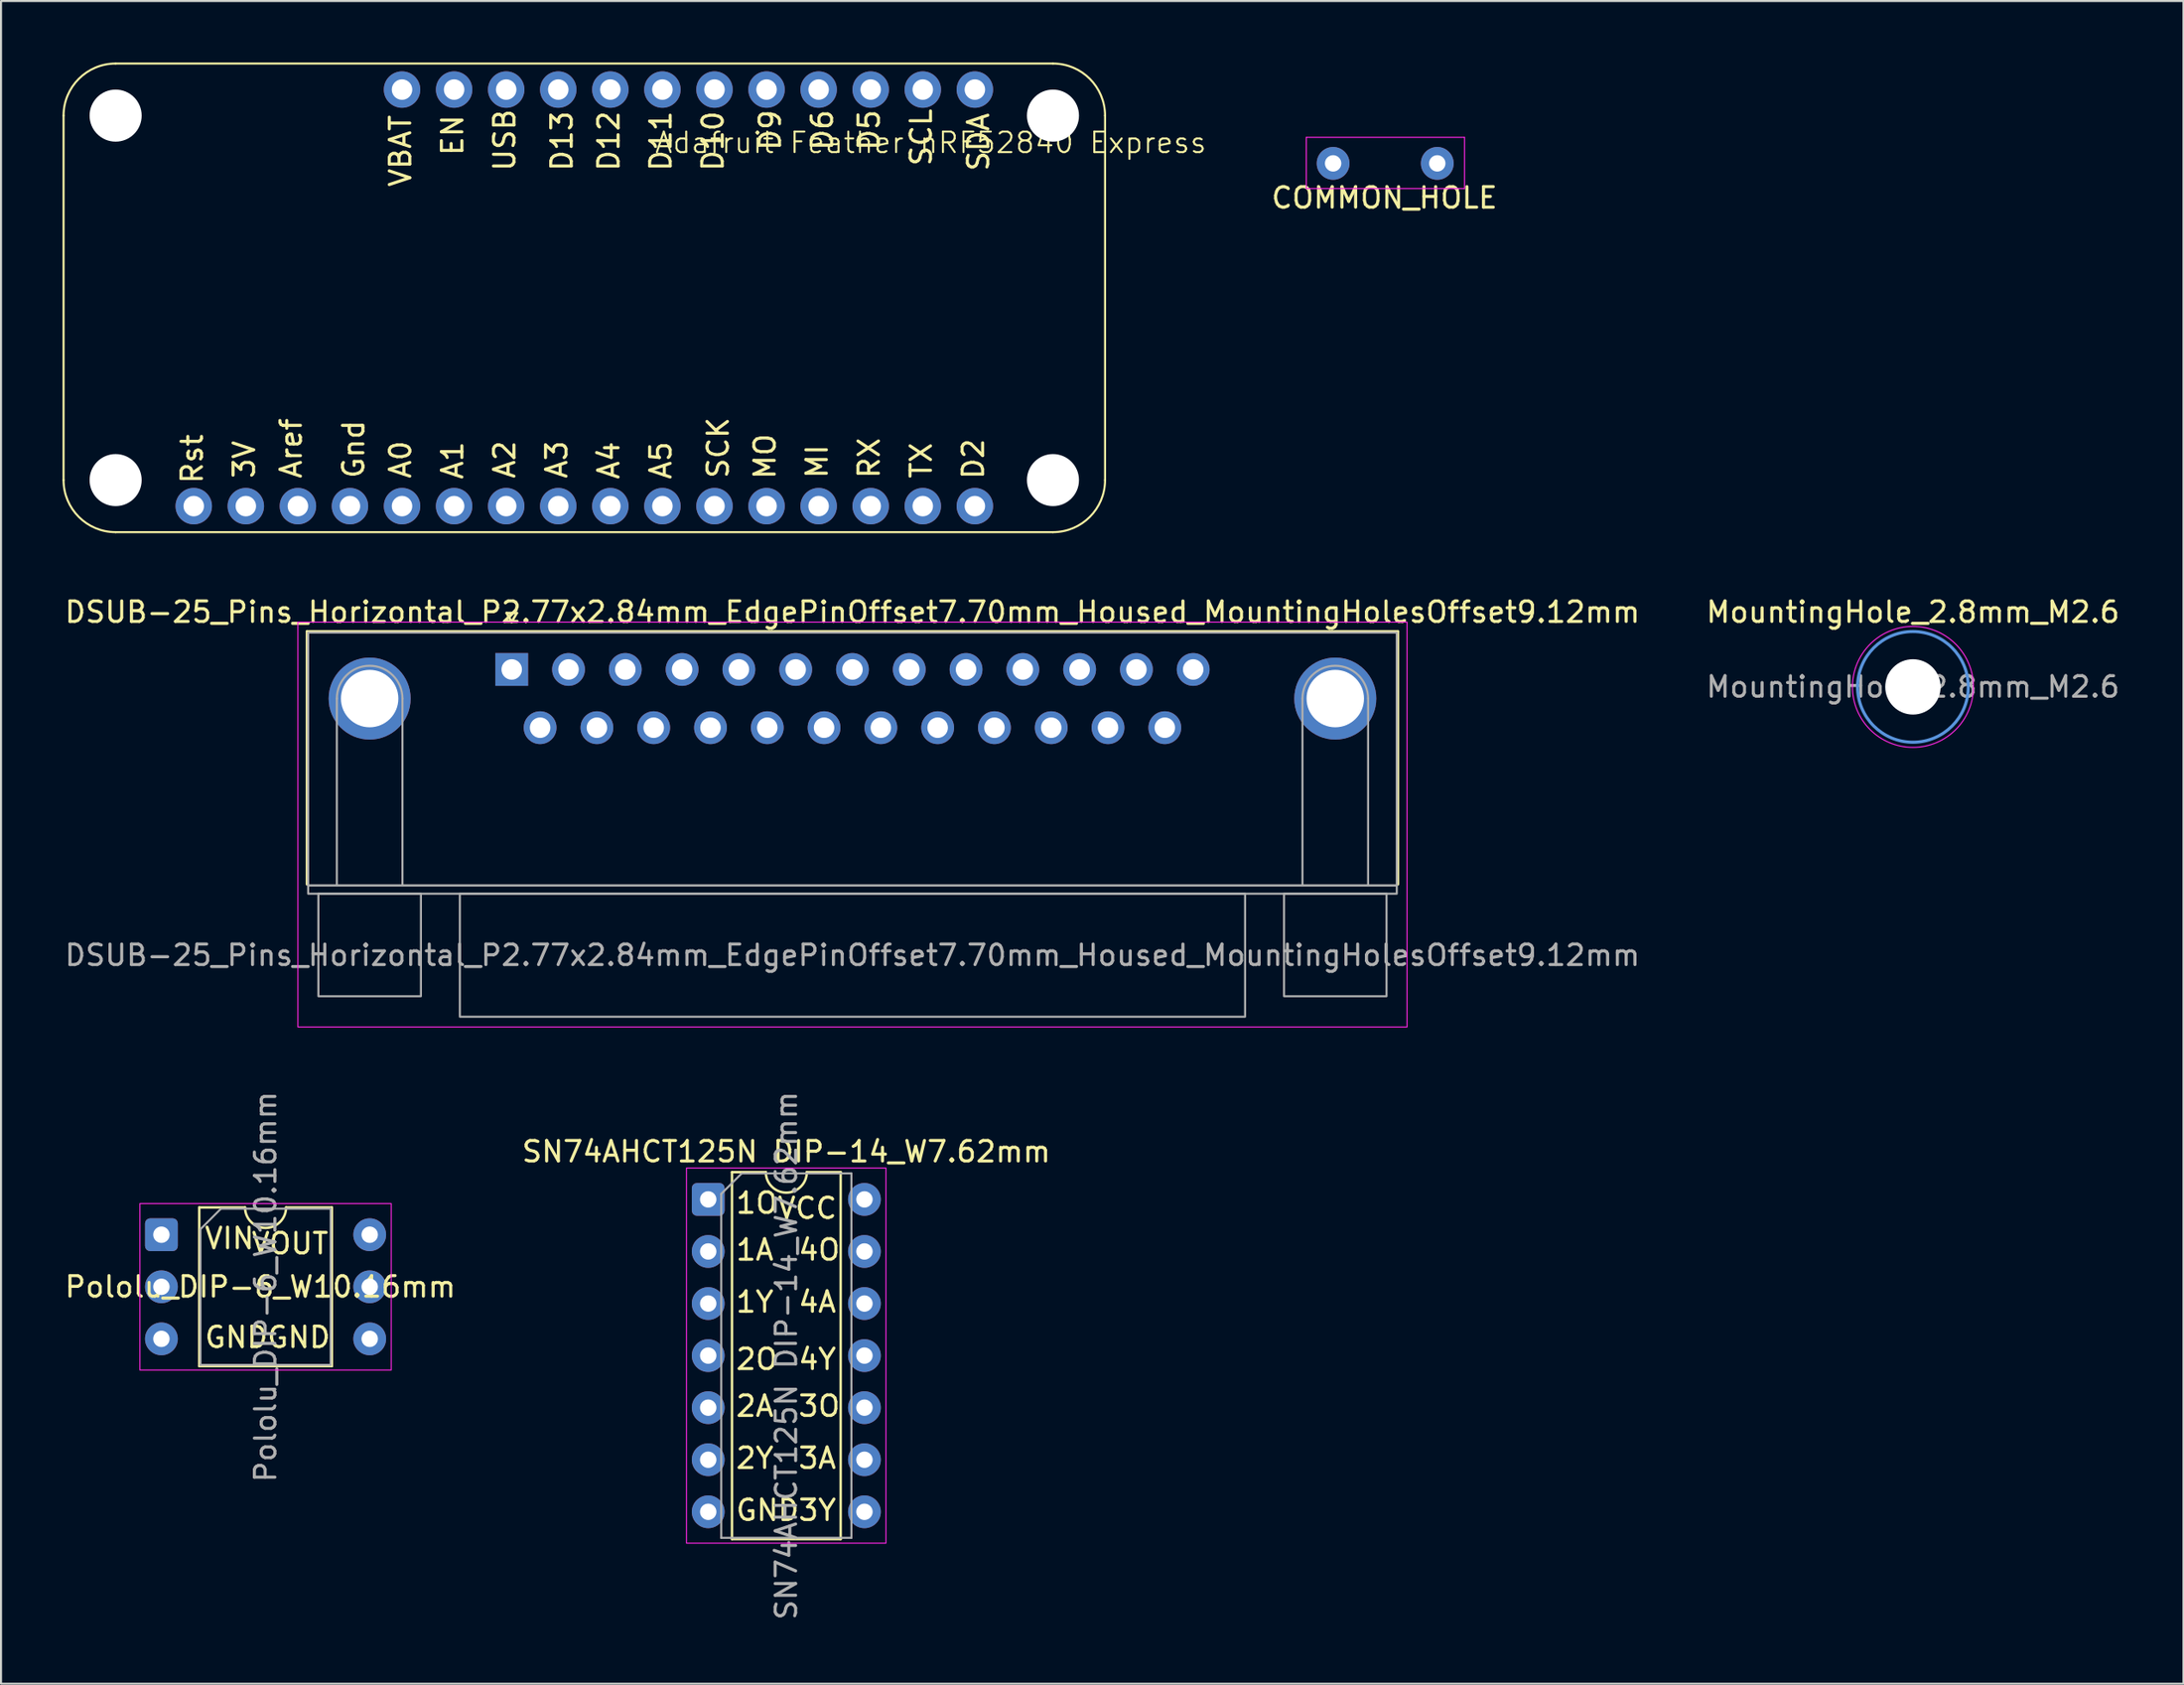
<source format=kicad_pcb>
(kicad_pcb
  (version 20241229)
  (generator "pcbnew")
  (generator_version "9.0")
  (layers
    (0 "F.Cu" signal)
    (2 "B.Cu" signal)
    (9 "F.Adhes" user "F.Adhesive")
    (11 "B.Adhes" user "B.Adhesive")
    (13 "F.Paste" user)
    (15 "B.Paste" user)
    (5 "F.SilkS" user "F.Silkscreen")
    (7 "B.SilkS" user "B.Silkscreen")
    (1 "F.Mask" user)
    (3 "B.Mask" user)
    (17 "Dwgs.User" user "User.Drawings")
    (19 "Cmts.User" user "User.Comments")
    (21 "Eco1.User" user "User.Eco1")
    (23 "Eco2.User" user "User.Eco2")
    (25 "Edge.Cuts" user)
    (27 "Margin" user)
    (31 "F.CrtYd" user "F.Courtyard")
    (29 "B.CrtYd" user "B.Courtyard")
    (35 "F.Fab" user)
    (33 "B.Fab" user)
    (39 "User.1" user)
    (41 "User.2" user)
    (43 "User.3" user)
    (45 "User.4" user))
  (footprint "MountingHole_2.8mm_M2.6"
    (layer "F.Cu")
    (at 90.256 30.458)
    (property "Reference" "MountingHole_2.8mm_M2.6" (at 0 -3.65 0) (layer "F.SilkS") (effects (font (size 1 1) (thickness 0.15))))
    (attr exclude_from_pos_files exclude_from_bom)
    (fp_circle (center 0 0) (end 2.7 0) (stroke (width 0.15) (type solid)) (fill no) (layer "Cmts.User"))
    (fp_circle (center 0 0) (end 2.95 0) (stroke (width 0.05) (type solid)) (fill no) (layer "F.CrtYd"))
    (fp_text user "${REFERENCE}" (at 0 0 0) (layer "F.Fab") (effects (font (size 1 1) (thickness 0.15))))
    (pad "" np_thru_hole circle (at 0 0) (size 2.7 2.7) (drill 2.8) (layers "*.Cu" "*.Mask")))
  (footprint "COMMON_HOLE"
    (layer "F.Cu")
    (at 62.445 0.25)
    (property "Reference" "COMMON_HOLE" (at 2.032 6.35 180) (layer "F.SilkS") (effects (font (size 1 1) (thickness 0.15))))
    (attr through_hole)
    (fp_line (start -1.778 3.4) (end -1.778 5.9) (stroke (width 0.05) (type solid)) (layer "F.CrtYd"))
    (fp_line (start -1.778 5.9) (end 5.94 5.9) (stroke (width 0.05) (type solid)) (layer "F.CrtYd"))
    (fp_line (start 5.94 3.4) (end -1.778 3.4) (stroke (width 0.05) (type solid)) (layer "F.CrtYd"))
    (fp_line (start 5.94 5.9) (end 5.94 3.4) (stroke (width 0.05) (type solid)) (layer "F.CrtYd"))
    (pad "1" thru_hole circle (at 4.61 4.67 270) (size 1.6 1.6) (drill 0.8) (layers "*.Cu" "*.Mask"))
    (pad "2" thru_hole circle (at -0.47 4.67 270) (size 1.6 1.6) (drill 0.8) (layers "*.Cu" "*.Mask")))
  (footprint "Pololu_DIP-6_W10.16mm"
    (layer "F.Cu")
    (at 4.823 57.182)
    (property "Reference" "Pololu_DIP-6_W10.16mm" (at 4.826 2.54 0) (layer "F.SilkS") (effects (font (size 1 1) (thickness 0.15))))
    (attr through_hole)
    (fp_line (start 1.845 -1.33) (end 1.845 6.41) (stroke (width 0.12) (type solid)) (layer "F.SilkS"))
    (fp_line (start 1.845 6.41) (end 8.315 6.41) (stroke (width 0.12) (type solid)) (layer "F.SilkS"))
    (fp_line (start 4.08 -1.33) (end 1.845 -1.33) (stroke (width 0.12) (type solid)) (layer "F.SilkS"))
    (fp_line (start 8.315 -1.33) (end 6.08 -1.33) (stroke (width 0.12) (type solid)) (layer "F.SilkS"))
    (fp_line (start 8.315 6.41) (end 8.315 -1.33) (stroke (width 0.12) (type solid)) (layer "F.SilkS"))
    (fp_arc (start 6.08 -1.33) (mid 5.08 -0.33) (end 4.08 -1.33) (stroke (width 0.12) (type solid)) (layer "F.SilkS"))
    (fp_rect (start -1.05 -1.52) (end 11.21 6.6) (stroke (width 0.05) (type solid)) (fill no) (layer "F.CrtYd"))
    (fp_line (start 1.905 -0.27) (end 2.905 -1.27) (stroke (width 0.1) (type solid)) (layer "F.Fab"))
    (fp_line (start 1.905 6.35) (end 1.905 -0.27) (stroke (width 0.1) (type solid)) (layer "F.Fab"))
    (fp_line (start 2.905 -1.27) (end 8.255 -1.27) (stroke (width 0.1) (type solid)) (layer "F.Fab"))
    (fp_line (start 8.255 -1.27) (end 8.255 6.35) (stroke (width 0.1) (type solid)) (layer "F.Fab"))
    (fp_line (start 8.255 6.35) (end 1.905 6.35) (stroke (width 0.1) (type solid)) (layer "F.Fab"))
    (fp_text user "GND" (at 2.032 5.588 0) (unlocked yes) (layer "F.SilkS") (effects (font (size 1 1) (thickness 0.15)) (justify left bottom)))
    (fp_text user "VIN" (at 2.032 0.762 0) (unlocked yes) (layer "F.SilkS") (effects (font (size 1 1) (thickness 0.15)) (justify left bottom)))
    (fp_text user "VOUT" (at 4.318 1.016 0) (unlocked yes) (layer "F.SilkS") (effects (font (size 1 1) (thickness 0.15)) (justify left bottom)))
    (fp_text user "GND" (at 5.08 5.588 0) (unlocked yes) (layer "F.SilkS") (effects (font (size 1 1) (thickness 0.15)) (justify left bottom)))
    (fp_text user "${REFERENCE}" (at 5.08 2.54 90) (layer "F.Fab") (effects (font (size 1 1) (thickness 0.15))))
    (pad "" thru_hole circle (at 0 2.54) (size 1.6 1.6) (drill 0.8) (layers "*.Cu" "*.Mask"))
    (pad "" thru_hole circle (at 10.16 2.54) (size 1.6 1.6) (drill 0.8) (layers "*.Cu" "*.Mask"))
    (pad "1" thru_hole roundrect (at 0 0) (size 1.6 1.6) (drill 0.8) (layers "*.Cu" "*.Mask") (roundrect_rratio 0.156))
    (pad "2" thru_hole circle (at 0 5.08) (size 1.6 1.6) (drill 0.8) (layers "*.Cu" "*.Mask"))
    (pad "3" thru_hole circle (at 10.16 5.08) (size 1.6 1.6) (drill 0.8) (layers "*.Cu" "*.Mask"))
    (pad "4" thru_hole circle (at 10.16 0) (size 1.6 1.6) (drill 0.8) (layers "*.Cu" "*.Mask")))
  (footprint "DSUB-25_Pins_Horizontal_P2.77x2.84mm_EdgePinOffset7.70mm_Housed_MountingHolesOffset9.12mm"
    (layer "F.Cu")
    (at 21.91 29.608)
    (property "Reference" "DSUB-25_Pins_Horizontal_P2.77x2.84mm_EdgePinOffset7.70mm_Housed_MountingHolesOffset9.12mm" (at 16.62 -2.8 0) (layer "F.SilkS") (effects (font (size 1 1) (thickness 0.15))))
    (attr through_hole)
    (fp_line (start -9.99 -1.86) (end 43.23 -1.86) (stroke (width 0.12) (type solid)) (layer "F.SilkS"))
    (fp_line (start -9.99 10.48) (end -9.99 -1.86) (stroke (width 0.12) (type solid)) (layer "F.SilkS"))
    (fp_line (start -0.25 -2.754) (end 0.25 -2.754) (stroke (width 0.12) (type solid)) (layer "F.SilkS"))
    (fp_line (start 0 -2.321) (end -0.25 -2.754) (stroke (width 0.12) (type solid)) (layer "F.SilkS"))
    (fp_line (start 0.25 -2.754) (end 0 -2.321) (stroke (width 0.12) (type solid)) (layer "F.SilkS"))
    (fp_line (start 43.23 -1.86) (end 43.23 10.48) (stroke (width 0.12) (type solid)) (layer "F.SilkS"))
    (fp_rect (start -10.43 -2.31) (end 43.67 17.44) (stroke (width 0.05) (type solid)) (fill no) (layer "F.CrtYd"))
    (fp_line (start -8.53 10.54) (end -8.53 1.42) (stroke (width 0.1) (type solid)) (layer "F.Fab"))
    (fp_line (start -5.33 10.54) (end -5.33 1.42) (stroke (width 0.1) (type solid)) (layer "F.Fab"))
    (fp_line (start 38.57 10.54) (end 38.57 1.42) (stroke (width 0.1) (type solid)) (layer "F.Fab"))
    (fp_line (start 41.77 10.54) (end 41.77 1.42) (stroke (width 0.1) (type solid)) (layer "F.Fab"))
    (fp_rect (start -9.93 -1.8) (end 43.17 10.54) (stroke (width 0.1) (type solid)) (fill no) (layer "F.Fab"))
    (fp_rect (start -9.93 10.54) (end 43.17 10.94) (stroke (width 0.1) (type solid)) (fill no) (layer "F.Fab"))
    (fp_rect (start -9.43 10.94) (end -4.43 15.94) (stroke (width 0.1) (type solid)) (fill no) (layer "F.Fab"))
    (fp_rect (start -2.53 10.94) (end 35.77 16.94) (stroke (width 0.1) (type solid)) (fill no) (layer "F.Fab"))
    (fp_rect (start 37.67 10.94) (end 42.67 15.94) (stroke (width 0.1) (type solid)) (fill no) (layer "F.Fab"))
    (fp_arc (start -8.53 1.42) (mid -6.93 -0.18) (end -5.33 1.42) (stroke (width 0.1) (type solid)) (layer "F.Fab"))
    (fp_arc (start 38.57 1.42) (mid 40.17 -0.18) (end 41.77 1.42) (stroke (width 0.1) (type solid)) (layer "F.Fab"))
    (fp_text user "${REFERENCE}" (at 16.62 13.94 0) (layer "F.Fab") (effects (font (size 1 1) (thickness 0.15))))
    (pad "0" thru_hole circle (at -6.93 1.42) (size 4 4) (drill 2.8) (layers "*.Cu" "*.Mask"))
    (pad "0" thru_hole circle (at 40.17 1.42) (size 4 4) (drill 2.8) (layers "*.Cu" "*.Mask"))
    (pad "1" thru_hole rect (at 0 0) (size 1.6 1.6) (drill 1) (layers "*.Cu" "*.Mask"))
    (pad "2" thru_hole circle (at 2.77 0) (size 1.6 1.6) (drill 1) (layers "*.Cu" "*.Mask"))
    (pad "3" thru_hole circle (at 5.54 0) (size 1.6 1.6) (drill 1) (layers "*.Cu" "*.Mask"))
    (pad "4" thru_hole circle (at 8.31 0) (size 1.6 1.6) (drill 1) (layers "*.Cu" "*.Mask"))
    (pad "5" thru_hole circle (at 11.08 0) (size 1.6 1.6) (drill 1) (layers "*.Cu" "*.Mask"))
    (pad "6" thru_hole circle (at 13.85 0) (size 1.6 1.6) (drill 1) (layers "*.Cu" "*.Mask"))
    (pad "7" thru_hole circle (at 16.62 0) (size 1.6 1.6) (drill 1) (layers "*.Cu" "*.Mask"))
    (pad "8" thru_hole circle (at 19.39 0) (size 1.6 1.6) (drill 1) (layers "*.Cu" "*.Mask"))
    (pad "9" thru_hole circle (at 22.16 0) (size 1.6 1.6) (drill 1) (layers "*.Cu" "*.Mask"))
    (pad "10" thru_hole circle (at 24.93 0) (size 1.6 1.6) (drill 1) (layers "*.Cu" "*.Mask"))
    (pad "11" thru_hole circle (at 27.7 0) (size 1.6 1.6) (drill 1) (layers "*.Cu" "*.Mask"))
    (pad "12" thru_hole circle (at 30.47 0) (size 1.6 1.6) (drill 1) (layers "*.Cu" "*.Mask"))
    (pad "13" thru_hole circle (at 33.24 0) (size 1.6 1.6) (drill 1) (layers "*.Cu" "*.Mask"))
    (pad "14" thru_hole circle (at 1.385 2.84) (size 1.6 1.6) (drill 1) (layers "*.Cu" "*.Mask"))
    (pad "15" thru_hole circle (at 4.155 2.84) (size 1.6 1.6) (drill 1) (layers "*.Cu" "*.Mask"))
    (pad "16" thru_hole circle (at 6.925 2.84) (size 1.6 1.6) (drill 1) (layers "*.Cu" "*.Mask"))
    (pad "17" thru_hole circle (at 9.695 2.84) (size 1.6 1.6) (drill 1) (layers "*.Cu" "*.Mask"))
    (pad "18" thru_hole circle (at 12.465 2.84) (size 1.6 1.6) (drill 1) (layers "*.Cu" "*.Mask"))
    (pad "19" thru_hole circle (at 15.235 2.84) (size 1.6 1.6) (drill 1) (layers "*.Cu" "*.Mask"))
    (pad "20" thru_hole circle (at 18.005 2.84) (size 1.6 1.6) (drill 1) (layers "*.Cu" "*.Mask"))
    (pad "21" thru_hole circle (at 20.775 2.84) (size 1.6 1.6) (drill 1) (layers "*.Cu" "*.Mask"))
    (pad "22" thru_hole circle (at 23.545 2.84) (size 1.6 1.6) (drill 1) (layers "*.Cu" "*.Mask"))
    (pad "23" thru_hole circle (at 26.315 2.84) (size 1.6 1.6) (drill 1) (layers "*.Cu" "*.Mask"))
    (pad "24" thru_hole circle (at 29.085 2.84) (size 1.6 1.6) (drill 1) (layers "*.Cu" "*.Mask"))
    (pad "25" thru_hole circle (at 31.855 2.84) (size 1.6 1.6) (drill 1) (layers "*.Cu" "*.Mask")))
  (footprint "SN74AHCT125N DIP-14_W7.62mm"
    (layer "F.Cu")
    (at 31.494 55.459)
    (property "Reference" "SN74AHCT125N DIP-14_W7.62mm" (at 3.81 -2.33 0) (layer "F.SilkS") (effects (font (size 1 1) (thickness 0.15))))
    (attr through_hole)
    (fp_line (start 1.16 -1.33) (end 1.16 16.57) (stroke (width 0.12) (type solid)) (layer "F.SilkS"))
    (fp_line (start 1.16 16.57) (end 6.46 16.57) (stroke (width 0.12) (type solid)) (layer "F.SilkS"))
    (fp_line (start 2.81 -1.33) (end 1.16 -1.33) (stroke (width 0.12) (type solid)) (layer "F.SilkS"))
    (fp_line (start 6.46 -1.33) (end 4.81 -1.33) (stroke (width 0.12) (type solid)) (layer "F.SilkS"))
    (fp_line (start 6.46 16.57) (end 6.46 -1.33) (stroke (width 0.12) (type solid)) (layer "F.SilkS"))
    (fp_arc (start 4.81 -1.33) (mid 3.81 -0.33) (end 2.81 -1.33) (stroke (width 0.12) (type solid)) (layer "F.SilkS"))
    (fp_rect (start -1.06 -1.53) (end 8.67 16.77) (stroke (width 0.05) (type solid)) (fill no) (layer "F.CrtYd"))
    (fp_line (start 0.635 -0.27) (end 1.635 -1.27) (stroke (width 0.1) (type solid)) (layer "F.Fab"))
    (fp_line (start 0.635 16.51) (end 0.635 -0.27) (stroke (width 0.1) (type solid)) (layer "F.Fab"))
    (fp_line (start 1.635 -1.27) (end 6.985 -1.27) (stroke (width 0.1) (type solid)) (layer "F.Fab"))
    (fp_line (start 6.985 -1.27) (end 6.985 16.51) (stroke (width 0.1) (type solid)) (layer "F.Fab"))
    (fp_line (start 6.985 16.51) (end 0.635 16.51) (stroke (width 0.1) (type solid)) (layer "F.Fab"))
    (fp_text user "4Y" (at 4.318 8.382 0) (unlocked yes) (layer "F.SilkS") (effects (font (size 1 1) (thickness 0.15)) (justify left bottom)))
    (fp_text user "2O" (at 1.27 8.382 0) (unlocked yes) (layer "F.SilkS") (effects (font (size 1 1) (thickness 0.15)) (justify left bottom)))
    (fp_text user "4A" (at 4.318 5.588 0) (unlocked yes) (layer "F.SilkS") (effects (font (size 1 1) (thickness 0.15)) (justify left bottom)))
    (fp_text user "1O" (at 1.27 0.762 0) (unlocked yes) (layer "F.SilkS") (effects (font (size 1 1) (thickness 0.15)) (justify left bottom)))
    (fp_text user "VCC" (at 3.302 1.016 0) (unlocked yes) (layer "F.SilkS") (effects (font (size 1 1) (thickness 0.15)) (justify left bottom)))
    (fp_text user "3A" (at 4.318 13.208 0) (unlocked yes) (layer "F.SilkS") (effects (font (size 1 1) (thickness 0.15)) (justify left bottom)))
    (fp_text user "1A" (at 1.27 3.048 0) (unlocked yes) (layer "F.SilkS") (effects (font (size 1 1) (thickness 0.15)) (justify left bottom)))
    (fp_text user "3Y" (at 4.318 15.748 0) (unlocked yes) (layer "F.SilkS") (effects (font (size 1 1) (thickness 0.15)) (justify left bottom)))
    (fp_text user "GND" (at 1.27 15.748 0) (unlocked yes) (layer "F.SilkS") (effects (font (size 1 1) (thickness 0.15)) (justify left bottom)))
    (fp_text user "4O" (at 4.318 3.048 0) (unlocked yes) (layer "F.SilkS") (effects (font (size 1 1) (thickness 0.15)) (justify left bottom)))
    (fp_text user "3O" (at 4.318 10.668 0) (unlocked yes) (layer "F.SilkS") (effects (font (size 1 1) (thickness 0.15)) (justify left bottom)))
    (fp_text user "2A" (at 1.27 10.668 0) (unlocked yes) (layer "F.SilkS") (effects (font (size 1 1) (thickness 0.15)) (justify left bottom)))
    (fp_text user "2Y" (at 1.27 13.208 0) (unlocked yes) (layer "F.SilkS") (effects (font (size 1 1) (thickness 0.15)) (justify left bottom)))
    (fp_text user "1Y" (at 1.27 5.588 0) (unlocked yes) (layer "F.SilkS") (effects (font (size 1 1) (thickness 0.15)) (justify left bottom)))
    (fp_text user "${REFERENCE}" (at 3.81 7.62 90) (layer "F.Fab") (effects (font (size 1 1) (thickness 0.15))))
    (pad "1" thru_hole roundrect (at 0 0) (size 1.6 1.6) (drill 0.8) (layers "*.Cu" "*.Mask") (roundrect_rratio 0.156))
    (pad "2" thru_hole circle (at 0 2.54) (size 1.6 1.6) (drill 0.8) (layers "*.Cu" "*.Mask"))
    (pad "3" thru_hole circle (at 0 5.08) (size 1.6 1.6) (drill 0.8) (layers "*.Cu" "*.Mask"))
    (pad "4" thru_hole circle (at 0 7.62) (size 1.6 1.6) (drill 0.8) (layers "*.Cu" "*.Mask"))
    (pad "5" thru_hole circle (at 0 10.16) (size 1.6 1.6) (drill 0.8) (layers "*.Cu" "*.Mask"))
    (pad "6" thru_hole circle (at 0 12.7) (size 1.6 1.6) (drill 0.8) (layers "*.Cu" "*.Mask"))
    (pad "7" thru_hole circle (at 0 15.24) (size 1.6 1.6) (drill 0.8) (layers "*.Cu" "*.Mask"))
    (pad "8" thru_hole circle (at 7.62 15.24) (size 1.6 1.6) (drill 0.8) (layers "*.Cu" "*.Mask"))
    (pad "9" thru_hole circle (at 7.62 12.7) (size 1.6 1.6) (drill 0.8) (layers "*.Cu" "*.Mask"))
    (pad "10" thru_hole circle (at 7.62 10.16) (size 1.6 1.6) (drill 0.8) (layers "*.Cu" "*.Mask"))
    (pad "11" thru_hole circle (at 7.62 7.62) (size 1.6 1.6) (drill 0.8) (layers "*.Cu" "*.Mask"))
    (pad "12" thru_hole circle (at 7.62 5.08) (size 1.6 1.6) (drill 0.8) (layers "*.Cu" "*.Mask"))
    (pad "13" thru_hole circle (at 7.62 2.54) (size 1.6 1.6) (drill 0.8) (layers "*.Cu" "*.Mask"))
    (pad "14" thru_hole circle (at 7.62 0) (size 1.6 1.6) (drill 0.8) (layers "*.Cu" "*.Mask")))
  (footprint "Adafruit Feather nRF52840 Express"
    (layer "F.Cu")
    (at 48.31 2.59)
    (property "Reference" "Adafruit Feather nRF52840 Express" (at -5.96 1.32 0) (unlocked yes) (layer "F.SilkS") (effects (font (size 1 1) (thickness 0.1))))
    (attr smd)
    (fp_line (start -48.26 17.78) (end -48.26 0) (stroke (width 0.1) (type default)) (layer "F.SilkS"))
    (fp_line (start -45.72 20.32) (end 0 20.32) (stroke (width 0.1) (type default)) (layer "F.SilkS"))
    (fp_line (start 0 -2.54) (end -45.72 -2.54) (stroke (width 0.1) (type default)) (layer "F.SilkS"))
    (fp_line (start 2.54 0) (end 2.54 17.78) (stroke (width 0.1) (type default)) (layer "F.SilkS"))
    (fp_arc (start -48.26 0) (mid -47.516051 -1.796051) (end -45.72 -2.54) (stroke (width 0.1) (type default)) (layer "F.SilkS"))
    (fp_arc (start -45.72 20.32) (mid -47.516051 19.576051) (end -48.26 17.78) (stroke (width 0.1) (type default)) (layer "F.SilkS"))
    (fp_arc (start 0 -2.54) (mid 1.796051 -1.796051) (end 2.54 0) (stroke (width 0.1) (type default)) (layer "F.SilkS"))
    (fp_arc (start 2.54 17.78) (mid 1.796051 19.576051) (end 0 20.32) (stroke (width 0.1) (type default)) (layer "F.SilkS"))
    (fp_text user "D5" (at -8.382 1.778 90) (unlocked yes) (layer "F.SilkS") (effects (font (size 1 1) (thickness 0.15)) (justify left bottom)))
    (fp_text user "MO" (at -13.462 17.822 90) (unlocked yes) (layer "F.SilkS") (effects (font (size 1 1) (thickness 0.15)) (justify left bottom)))
    (fp_text user "SCL" (at -5.842 2.54 90) (unlocked yes) (layer "F.SilkS") (effects (font (size 1 1) (thickness 0.15)) (justify left bottom)))
    (fp_text user "EN" (at -28.702 2.032 90) (unlocked yes) (layer "F.SilkS") (effects (font (size 1 1) (thickness 0.15)) (justify left bottom)))
    (fp_text user "D12" (at -21.082 2.794 90) (unlocked yes) (layer "F.SilkS") (effects (font (size 1 1) (thickness 0.15)) (justify left bottom)))
    (fp_text user "SDA" (at -3.048 2.794 90) (unlocked yes) (layer "F.SilkS") (effects (font (size 1 1) (thickness 0.15)) (justify left bottom)))
    (fp_text user "D13" (at -23.368 2.794 90) (unlocked yes) (layer "F.SilkS") (effects (font (size 1 1) (thickness 0.15)) (justify left bottom)))
    (fp_text user "D11" (at -18.542 2.794 90) (unlocked yes) (layer "F.SilkS") (effects (font (size 1 1) (thickness 0.15)) (justify left bottom)))
    (fp_text user "MI" (at -10.922 17.78 90) (unlocked yes) (layer "F.SilkS") (effects (font (size 1 1) (thickness 0.15)) (justify left bottom)))
    (fp_text user "A1" (at -28.702 17.822 90) (unlocked yes) (layer "F.SilkS") (effects (font (size 1 1) (thickness 0.15)) (justify left bottom)))
    (fp_text user "D6" (at -10.668 1.778 90) (unlocked yes) (layer "F.SilkS") (effects (font (size 1 1) (thickness 0.15)) (justify left bottom)))
    (fp_text user "A4" (at -21.082 17.822 90) (unlocked yes) (layer "F.SilkS") (effects (font (size 1 1) (thickness 0.15)) (justify left bottom)))
    (fp_text user "TX" (at -5.842 17.78 90) (unlocked yes) (layer "F.SilkS") (effects (font (size 1 1) (thickness 0.15)) (justify left bottom)))
    (fp_text user "RX" (at -8.382 17.78 90) (unlocked yes) (layer "F.SilkS") (effects (font (size 1 1) (thickness 0.15)) (justify left bottom)))
    (fp_text user "A5" (at -18.542 17.822 90) (unlocked yes) (layer "F.SilkS") (effects (font (size 1 1) (thickness 0.15)) (justify left bottom)))
    (fp_text user "A0" (at -31.242 17.78 90) (unlocked yes) (layer "F.SilkS") (effects (font (size 1 1) (thickness 0.15)) (justify left bottom)))
    (fp_text user "Rst" (at -41.402 18.034 90) (unlocked yes) (layer "F.SilkS") (effects (font (size 1 1) (thickness 0.15)) (justify left bottom)))
    (fp_text user "VBAT" (at -31.242 3.556 90) (unlocked yes) (layer "F.SilkS") (effects (font (size 1 1) (thickness 0.15)) (justify left bottom)))
    (fp_text user "USB" (at -26.162 2.794 90) (unlocked yes) (layer "F.SilkS") (effects (font (size 1 1) (thickness 0.15)) (justify left bottom)))
    (fp_text user "D2" (at -3.302 17.822 90) (unlocked yes) (layer "F.SilkS") (effects (font (size 1 1) (thickness 0.15)) (justify left bottom)))
    (fp_text user "SCK" (at -15.748 17.78 90) (unlocked yes) (layer "F.SilkS") (effects (font (size 1 1) (thickness 0.15)) (justify left bottom)))
    (fp_text user "D9" (at -13.208 1.778 90) (unlocked yes) (layer "F.SilkS") (effects (font (size 1 1) (thickness 0.15)) (justify left bottom)))
    (fp_text user "A2" (at -26.162 17.78 90) (unlocked yes) (layer "F.SilkS") (effects (font (size 1 1) (thickness 0.15)) (justify left bottom)))
    (fp_text user "A3" (at -23.622 17.78 90) (unlocked yes) (layer "F.SilkS") (effects (font (size 1 1) (thickness 0.15)) (justify left bottom)))
    (fp_text user "Aref" (at -36.576 17.78 90) (unlocked yes) (layer "F.SilkS") (effects (font (size 1 1) (thickness 0.15)) (justify left bottom)))
    (fp_text user "Gnd" (at -33.528 17.78 90) (unlocked yes) (layer "F.SilkS") (effects (font (size 1 1) (thickness 0.15)) (justify left bottom)))
    (fp_text user "3V" (at -38.862 17.78 90) (unlocked yes) (layer "F.SilkS") (effects (font (size 1 1) (thickness 0.15)) (justify left bottom)))
    (fp_text user "D10" (at -16.002 2.794 90) (unlocked yes) (layer "F.SilkS") (effects (font (size 1 1) (thickness 0.15)) (justify left bottom)))
    (pad "" np_thru_hole circle (at -45.72 0) (size 2.54 2.54) (drill 2.54) (layers "*.Cu" "*.Mask"))
    (pad "" np_thru_hole circle (at -45.72 17.78) (size 2.54 2.54) (drill 2.54) (layers "*.Cu" "*.Mask"))
    (pad "" np_thru_hole circle (at 0 0) (size 2.54 2.54) (drill 2.54) (layers "*.Cu" "*.Mask"))
    (pad "" np_thru_hole circle (at 0 17.78) (size 2.54 2.54) (drill 2.54) (layers "*.Cu" "*.Mask"))
    (pad "1" thru_hole circle (at -41.91 19.05) (size 1.778 1.778) (drill 1) (layers "*.Cu" "*.Mask"))
    (pad "2" thru_hole circle (at -39.37 19.05) (size 1.778 1.778) (drill 1) (layers "*.Cu" "*.Mask"))
    (pad "3" thru_hole circle (at -36.83 19.05) (size 1.778 1.778) (drill 1) (layers "*.Cu" "*.Mask"))
    (pad "4" thru_hole circle (at -34.29 19.05) (size 1.778 1.778) (drill 1) (layers "*.Cu" "*.Mask"))
    (pad "5" thru_hole circle (at -31.75 19.05) (size 1.778 1.778) (drill 1) (layers "*.Cu" "*.Mask"))
    (pad "6" thru_hole circle (at -29.21 19.05) (size 1.778 1.778) (drill 1) (layers "*.Cu" "*.Mask"))
    (pad "7" thru_hole circle (at -26.67 19.05) (size 1.778 1.778) (drill 1) (layers "*.Cu" "*.Mask"))
    (pad "8" thru_hole circle (at -24.13 19.05) (size 1.778 1.778) (drill 1) (layers "*.Cu" "*.Mask"))
    (pad "9" thru_hole circle (at -21.59 19.05) (size 1.778 1.778) (drill 1) (layers "*.Cu" "*.Mask"))
    (pad "10" thru_hole circle (at -19.05 19.05) (size 1.778 1.778) (drill 1) (layers "*.Cu" "*.Mask"))
    (pad "11" thru_hole circle (at -16.51 19.05) (size 1.778 1.778) (drill 1) (layers "*.Cu" "*.Mask"))
    (pad "12" thru_hole circle (at -13.97 19.05) (size 1.778 1.778) (drill 1) (layers "*.Cu" "*.Mask"))
    (pad "13" thru_hole circle (at -11.43 19.05) (size 1.778 1.778) (drill 1) (layers "*.Cu" "*.Mask"))
    (pad "14" thru_hole circle (at -8.89 19.05) (size 1.778 1.778) (drill 1) (layers "*.Cu" "*.Mask"))
    (pad "15" thru_hole circle (at -6.35 19.05) (size 1.778 1.778) (drill 1) (layers "*.Cu" "*.Mask"))
    (pad "16" thru_hole circle (at -3.81 19.05) (size 1.778 1.778) (drill 1) (layers "*.Cu" "*.Mask"))
    (pad "17" thru_hole circle (at -3.81 -1.27) (size 1.778 1.778) (drill 1) (layers "*.Cu" "*.Mask"))
    (pad "18" thru_hole circle (at -6.35 -1.27) (size 1.778 1.778) (drill 1) (layers "*.Cu" "*.Mask"))
    (pad "19" thru_hole circle (at -8.89 -1.27) (size 1.778 1.778) (drill 1) (layers "*.Cu" "*.Mask"))
    (pad "20" thru_hole circle (at -11.43 -1.27) (size 1.778 1.778) (drill 1) (layers "*.Cu" "*.Mask"))
    (pad "21" thru_hole circle (at -13.97 -1.27) (size 1.778 1.778) (drill 1) (layers "*.Cu" "*.Mask"))
    (pad "22" thru_hole circle (at -16.51 -1.27) (size 1.778 1.778) (drill 1) (layers "*.Cu" "*.Mask"))
    (pad "23" thru_hole circle (at -19.05 -1.27) (size 1.778 1.778) (drill 1) (layers "*.Cu" "*.Mask"))
    (pad "24" thru_hole circle (at -21.59 -1.27) (size 1.778 1.778) (drill 1) (layers "*.Cu" "*.Mask"))
    (pad "25" thru_hole circle (at -24.13 -1.27) (size 1.778 1.778) (drill 1) (layers "*.Cu" "*.Mask"))
    (pad "26" thru_hole circle (at -26.67 -1.27) (size 1.778 1.778) (drill 1) (layers "*.Cu" "*.Mask"))
    (pad "27" thru_hole circle (at -29.21 -1.27) (size 1.778 1.778) (drill 1) (layers "*.Cu" "*.Mask"))
    (pad "28" thru_hole circle (at -31.75 -1.27) (size 1.778 1.778) (drill 1) (layers "*.Cu" "*.Mask")))
  (gr_rect
    (start -3 -3)
    (end 103.452 79.085)
    (stroke (width 0.1) (type default))
    (fill no)
    (layer "Edge.Cuts")))
</source>
